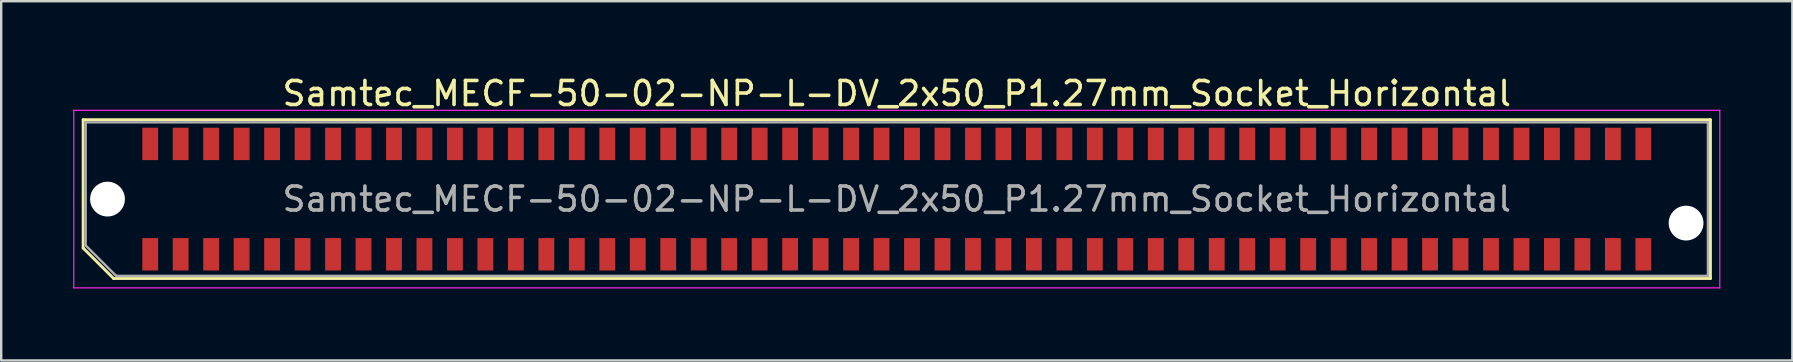
<source format=kicad_pcb>
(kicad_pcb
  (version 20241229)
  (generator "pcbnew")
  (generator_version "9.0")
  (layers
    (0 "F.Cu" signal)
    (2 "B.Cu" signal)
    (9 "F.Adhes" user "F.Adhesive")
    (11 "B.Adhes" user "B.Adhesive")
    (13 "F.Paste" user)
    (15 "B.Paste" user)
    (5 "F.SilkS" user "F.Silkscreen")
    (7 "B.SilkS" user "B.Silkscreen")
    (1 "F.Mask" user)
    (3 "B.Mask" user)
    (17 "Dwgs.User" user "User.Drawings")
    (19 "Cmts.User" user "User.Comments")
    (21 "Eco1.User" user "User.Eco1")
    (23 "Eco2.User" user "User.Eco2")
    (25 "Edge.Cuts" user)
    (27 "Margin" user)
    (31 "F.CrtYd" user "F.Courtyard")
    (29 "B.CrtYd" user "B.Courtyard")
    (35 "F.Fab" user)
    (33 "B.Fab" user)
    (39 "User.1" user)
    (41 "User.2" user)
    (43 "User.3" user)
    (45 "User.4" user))
  (footprint "Samtec_MECF-50-02-NP-L-DV_2x50_P1.27mm_Socket_Horizontal"
    (layer "F.Cu")
    (at 34.325 5.248)
    (property "Reference" "Samtec_MECF-50-02-NP-L-DV_2x50_P1.27mm_Socket_Horizontal" (at 0 -4.4 0) (layer "F.SilkS") (effects (font (size 1 1) (thickness 0.15))))
    (attr smd)
    (fp_line (start -33.91 -3.31) (end 33.91 -3.31) (stroke (width 0.12) (type solid)) (layer "F.SilkS"))
    (fp_line (start -33.91 2.04) (end -33.91 -3.31) (stroke (width 0.12) (type solid)) (layer "F.SilkS"))
    (fp_line (start -32.64 3.31) (end -33.91 2.04) (stroke (width 0.12) (type solid)) (layer "F.SilkS"))
    (fp_line (start -32.64 3.31) (end 33.91 3.31) (stroke (width 0.12) (type solid)) (layer "F.SilkS"))
    (fp_line (start 33.91 3.31) (end 33.91 -3.31) (stroke (width 0.12) (type solid)) (layer "F.SilkS"))
    (fp_line (start -34.3 -3.7) (end -34.3 3.7) (stroke (width 0.05) (type solid)) (layer "F.CrtYd"))
    (fp_line (start -34.3 3.7) (end 34.3 3.7) (stroke (width 0.05) (type solid)) (layer "F.CrtYd"))
    (fp_line (start 34.3 -3.7) (end -34.3 -3.7) (stroke (width 0.05) (type solid)) (layer "F.CrtYd"))
    (fp_line (start 34.3 3.7) (end 34.3 -3.7) (stroke (width 0.05) (type solid)) (layer "F.CrtYd"))
    (fp_line (start -33.805 -3.2) (end 33.805 -3.2) (stroke (width 0.1) (type solid)) (layer "F.Fab"))
    (fp_line (start -33.805 1.93) (end -33.805 -3.2) (stroke (width 0.1) (type solid)) (layer "F.Fab"))
    (fp_line (start -33.805 1.93) (end -32.535 3.2) (stroke (width 0.1) (type solid)) (layer "F.Fab"))
    (fp_line (start -32.535 3.2) (end 33.805 3.2) (stroke (width 0.1) (type solid)) (layer "F.Fab"))
    (fp_line (start 33.805 3.2) (end 33.805 -3.2) (stroke (width 0.1) (type solid)) (layer "F.Fab"))
    (fp_text user "${REFERENCE}" (at 0 0 0) (layer "F.Fab") (effects (font (size 1 1) (thickness 0.15))))
    (pad "" np_thru_hole circle (at -32.895 0) (size 1.45 1.45) (drill 1.45) (layers "*.Cu" "*.Mask"))
    (pad "" np_thru_hole circle (at 32.895 1) (size 1.45 1.45) (drill 1.45) (layers "*.Cu" "*.Mask"))
    (pad "1" smd rect (at -31.115 2.3) (size 0.66 1.35) (layers "F.Cu" "F.Mask" "F.Paste"))
    (pad "2" smd rect (at -31.115 -2.3) (size 0.66 1.35) (layers "F.Cu" "F.Mask" "F.Paste"))
    (pad "3" smd rect (at -29.845 2.3) (size 0.66 1.35) (layers "F.Cu" "F.Mask" "F.Paste"))
    (pad "4" smd rect (at -29.845 -2.3) (size 0.66 1.35) (layers "F.Cu" "F.Mask" "F.Paste"))
    (pad "5" smd rect (at -28.575 2.3) (size 0.66 1.35) (layers "F.Cu" "F.Mask" "F.Paste"))
    (pad "6" smd rect (at -28.575 -2.3) (size 0.66 1.35) (layers "F.Cu" "F.Mask" "F.Paste"))
    (pad "7" smd rect (at -27.305 2.3) (size 0.66 1.35) (layers "F.Cu" "F.Mask" "F.Paste"))
    (pad "8" smd rect (at -27.305 -2.3) (size 0.66 1.35) (layers "F.Cu" "F.Mask" "F.Paste"))
    (pad "9" smd rect (at -26.035 2.3) (size 0.66 1.35) (layers "F.Cu" "F.Mask" "F.Paste"))
    (pad "10" smd rect (at -26.035 -2.3) (size 0.66 1.35) (layers "F.Cu" "F.Mask" "F.Paste"))
    (pad "11" smd rect (at -24.765 2.3) (size 0.66 1.35) (layers "F.Cu" "F.Mask" "F.Paste"))
    (pad "12" smd rect (at -24.765 -2.3) (size 0.66 1.35) (layers "F.Cu" "F.Mask" "F.Paste"))
    (pad "13" smd rect (at -23.495 2.3) (size 0.66 1.35) (layers "F.Cu" "F.Mask" "F.Paste"))
    (pad "14" smd rect (at -23.495 -2.3) (size 0.66 1.35) (layers "F.Cu" "F.Mask" "F.Paste"))
    (pad "15" smd rect (at -22.225 2.3) (size 0.66 1.35) (layers "F.Cu" "F.Mask" "F.Paste"))
    (pad "16" smd rect (at -22.225 -2.3) (size 0.66 1.35) (layers "F.Cu" "F.Mask" "F.Paste"))
    (pad "17" smd rect (at -20.955 2.3) (size 0.66 1.35) (layers "F.Cu" "F.Mask" "F.Paste"))
    (pad "18" smd rect (at -20.955 -2.3) (size 0.66 1.35) (layers "F.Cu" "F.Mask" "F.Paste"))
    (pad "19" smd rect (at -19.685 2.3) (size 0.66 1.35) (layers "F.Cu" "F.Mask" "F.Paste"))
    (pad "20" smd rect (at -19.685 -2.3) (size 0.66 1.35) (layers "F.Cu" "F.Mask" "F.Paste"))
    (pad "21" smd rect (at -18.415 2.3) (size 0.66 1.35) (layers "F.Cu" "F.Mask" "F.Paste"))
    (pad "22" smd rect (at -18.415 -2.3) (size 0.66 1.35) (layers "F.Cu" "F.Mask" "F.Paste"))
    (pad "23" smd rect (at -17.145 2.3) (size 0.66 1.35) (layers "F.Cu" "F.Mask" "F.Paste"))
    (pad "24" smd rect (at -17.145 -2.3) (size 0.66 1.35) (layers "F.Cu" "F.Mask" "F.Paste"))
    (pad "25" smd rect (at -15.875 2.3) (size 0.66 1.35) (layers "F.Cu" "F.Mask" "F.Paste"))
    (pad "26" smd rect (at -15.875 -2.3) (size 0.66 1.35) (layers "F.Cu" "F.Mask" "F.Paste"))
    (pad "27" smd rect (at -14.605 2.3) (size 0.66 1.35) (layers "F.Cu" "F.Mask" "F.Paste"))
    (pad "28" smd rect (at -14.605 -2.3) (size 0.66 1.35) (layers "F.Cu" "F.Mask" "F.Paste"))
    (pad "29" smd rect (at -13.335 2.3) (size 0.66 1.35) (layers "F.Cu" "F.Mask" "F.Paste"))
    (pad "30" smd rect (at -13.335 -2.3) (size 0.66 1.35) (layers "F.Cu" "F.Mask" "F.Paste"))
    (pad "31" smd rect (at -12.065 2.3) (size 0.66 1.35) (layers "F.Cu" "F.Mask" "F.Paste"))
    (pad "32" smd rect (at -12.065 -2.3) (size 0.66 1.35) (layers "F.Cu" "F.Mask" "F.Paste"))
    (pad "33" smd rect (at -10.795 2.3) (size 0.66 1.35) (layers "F.Cu" "F.Mask" "F.Paste"))
    (pad "34" smd rect (at -10.795 -2.3) (size 0.66 1.35) (layers "F.Cu" "F.Mask" "F.Paste"))
    (pad "35" smd rect (at -9.525 2.3) (size 0.66 1.35) (layers "F.Cu" "F.Mask" "F.Paste"))
    (pad "36" smd rect (at -9.525 -2.3) (size 0.66 1.35) (layers "F.Cu" "F.Mask" "F.Paste"))
    (pad "37" smd rect (at -8.255 2.3) (size 0.66 1.35) (layers "F.Cu" "F.Mask" "F.Paste"))
    (pad "38" smd rect (at -8.255 -2.3) (size 0.66 1.35) (layers "F.Cu" "F.Mask" "F.Paste"))
    (pad "39" smd rect (at -6.985 2.3) (size 0.66 1.35) (layers "F.Cu" "F.Mask" "F.Paste"))
    (pad "40" smd rect (at -6.985 -2.3) (size 0.66 1.35) (layers "F.Cu" "F.Mask" "F.Paste"))
    (pad "41" smd rect (at -5.715 2.3) (size 0.66 1.35) (layers "F.Cu" "F.Mask" "F.Paste"))
    (pad "42" smd rect (at -5.715 -2.3) (size 0.66 1.35) (layers "F.Cu" "F.Mask" "F.Paste"))
    (pad "43" smd rect (at -4.445 2.3) (size 0.66 1.35) (layers "F.Cu" "F.Mask" "F.Paste"))
    (pad "44" smd rect (at -4.445 -2.3) (size 0.66 1.35) (layers "F.Cu" "F.Mask" "F.Paste"))
    (pad "45" smd rect (at -3.175 2.3) (size 0.66 1.35) (layers "F.Cu" "F.Mask" "F.Paste"))
    (pad "46" smd rect (at -3.175 -2.3) (size 0.66 1.35) (layers "F.Cu" "F.Mask" "F.Paste"))
    (pad "47" smd rect (at -1.905 2.3) (size 0.66 1.35) (layers "F.Cu" "F.Mask" "F.Paste"))
    (pad "48" smd rect (at -1.905 -2.3) (size 0.66 1.35) (layers "F.Cu" "F.Mask" "F.Paste"))
    (pad "49" smd rect (at -0.635 2.3) (size 0.66 1.35) (layers "F.Cu" "F.Mask" "F.Paste"))
    (pad "50" smd rect (at -0.635 -2.3) (size 0.66 1.35) (layers "F.Cu" "F.Mask" "F.Paste"))
    (pad "51" smd rect (at 0.635 2.3) (size 0.66 1.35) (layers "F.Cu" "F.Mask" "F.Paste"))
    (pad "52" smd rect (at 0.635 -2.3) (size 0.66 1.35) (layers "F.Cu" "F.Mask" "F.Paste"))
    (pad "53" smd rect (at 1.905 2.3) (size 0.66 1.35) (layers "F.Cu" "F.Mask" "F.Paste"))
    (pad "54" smd rect (at 1.905 -2.3) (size 0.66 1.35) (layers "F.Cu" "F.Mask" "F.Paste"))
    (pad "55" smd rect (at 3.175 2.3) (size 0.66 1.35) (layers "F.Cu" "F.Mask" "F.Paste"))
    (pad "56" smd rect (at 3.175 -2.3) (size 0.66 1.35) (layers "F.Cu" "F.Mask" "F.Paste"))
    (pad "57" smd rect (at 4.445 2.3) (size 0.66 1.35) (layers "F.Cu" "F.Mask" "F.Paste"))
    (pad "58" smd rect (at 4.445 -2.3) (size 0.66 1.35) (layers "F.Cu" "F.Mask" "F.Paste"))
    (pad "59" smd rect (at 5.715 2.3) (size 0.66 1.35) (layers "F.Cu" "F.Mask" "F.Paste"))
    (pad "60" smd rect (at 5.715 -2.3) (size 0.66 1.35) (layers "F.Cu" "F.Mask" "F.Paste"))
    (pad "61" smd rect (at 6.985 2.3) (size 0.66 1.35) (layers "F.Cu" "F.Mask" "F.Paste"))
    (pad "62" smd rect (at 6.985 -2.3) (size 0.66 1.35) (layers "F.Cu" "F.Mask" "F.Paste"))
    (pad "63" smd rect (at 8.255 2.3) (size 0.66 1.35) (layers "F.Cu" "F.Mask" "F.Paste"))
    (pad "64" smd rect (at 8.255 -2.3) (size 0.66 1.35) (layers "F.Cu" "F.Mask" "F.Paste"))
    (pad "65" smd rect (at 9.525 2.3) (size 0.66 1.35) (layers "F.Cu" "F.Mask" "F.Paste"))
    (pad "66" smd rect (at 9.525 -2.3) (size 0.66 1.35) (layers "F.Cu" "F.Mask" "F.Paste"))
    (pad "67" smd rect (at 10.795 2.3) (size 0.66 1.35) (layers "F.Cu" "F.Mask" "F.Paste"))
    (pad "68" smd rect (at 10.795 -2.3) (size 0.66 1.35) (layers "F.Cu" "F.Mask" "F.Paste"))
    (pad "69" smd rect (at 12.065 2.3) (size 0.66 1.35) (layers "F.Cu" "F.Mask" "F.Paste"))
    (pad "70" smd rect (at 12.065 -2.3) (size 0.66 1.35) (layers "F.Cu" "F.Mask" "F.Paste"))
    (pad "71" smd rect (at 13.335 2.3) (size 0.66 1.35) (layers "F.Cu" "F.Mask" "F.Paste"))
    (pad "72" smd rect (at 13.335 -2.3) (size 0.66 1.35) (layers "F.Cu" "F.Mask" "F.Paste"))
    (pad "73" smd rect (at 14.605 2.3) (size 0.66 1.35) (layers "F.Cu" "F.Mask" "F.Paste"))
    (pad "74" smd rect (at 14.605 -2.3) (size 0.66 1.35) (layers "F.Cu" "F.Mask" "F.Paste"))
    (pad "75" smd rect (at 15.875 2.3) (size 0.66 1.35) (layers "F.Cu" "F.Mask" "F.Paste"))
    (pad "76" smd rect (at 15.875 -2.3) (size 0.66 1.35) (layers "F.Cu" "F.Mask" "F.Paste"))
    (pad "77" smd rect (at 17.145 2.3) (size 0.66 1.35) (layers "F.Cu" "F.Mask" "F.Paste"))
    (pad "78" smd rect (at 17.145 -2.3) (size 0.66 1.35) (layers "F.Cu" "F.Mask" "F.Paste"))
    (pad "79" smd rect (at 18.415 2.3) (size 0.66 1.35) (layers "F.Cu" "F.Mask" "F.Paste"))
    (pad "80" smd rect (at 18.415 -2.3) (size 0.66 1.35) (layers "F.Cu" "F.Mask" "F.Paste"))
    (pad "81" smd rect (at 19.685 2.3) (size 0.66 1.35) (layers "F.Cu" "F.Mask" "F.Paste"))
    (pad "82" smd rect (at 19.685 -2.3) (size 0.66 1.35) (layers "F.Cu" "F.Mask" "F.Paste"))
    (pad "83" smd rect (at 20.955 2.3) (size 0.66 1.35) (layers "F.Cu" "F.Mask" "F.Paste"))
    (pad "84" smd rect (at 20.955 -2.3) (size 0.66 1.35) (layers "F.Cu" "F.Mask" "F.Paste"))
    (pad "85" smd rect (at 22.225 2.3) (size 0.66 1.35) (layers "F.Cu" "F.Mask" "F.Paste"))
    (pad "86" smd rect (at 22.225 -2.3) (size 0.66 1.35) (layers "F.Cu" "F.Mask" "F.Paste"))
    (pad "87" smd rect (at 23.495 2.3) (size 0.66 1.35) (layers "F.Cu" "F.Mask" "F.Paste"))
    (pad "88" smd rect (at 23.495 -2.3) (size 0.66 1.35) (layers "F.Cu" "F.Mask" "F.Paste"))
    (pad "89" smd rect (at 24.765 2.3) (size 0.66 1.35) (layers "F.Cu" "F.Mask" "F.Paste"))
    (pad "90" smd rect (at 24.765 -2.3) (size 0.66 1.35) (layers "F.Cu" "F.Mask" "F.Paste"))
    (pad "91" smd rect (at 26.035 2.3) (size 0.66 1.35) (layers "F.Cu" "F.Mask" "F.Paste"))
    (pad "92" smd rect (at 26.035 -2.3) (size 0.66 1.35) (layers "F.Cu" "F.Mask" "F.Paste"))
    (pad "93" smd rect (at 27.305 2.3) (size 0.66 1.35) (layers "F.Cu" "F.Mask" "F.Paste"))
    (pad "94" smd rect (at 27.305 -2.3) (size 0.66 1.35) (layers "F.Cu" "F.Mask" "F.Paste"))
    (pad "95" smd rect (at 28.575 2.3) (size 0.66 1.35) (layers "F.Cu" "F.Mask" "F.Paste"))
    (pad "96" smd rect (at 28.575 -2.3) (size 0.66 1.35) (layers "F.Cu" "F.Mask" "F.Paste"))
    (pad "97" smd rect (at 29.845 2.3) (size 0.66 1.35) (layers "F.Cu" "F.Mask" "F.Paste"))
    (pad "98" smd rect (at 29.845 -2.3) (size 0.66 1.35) (layers "F.Cu" "F.Mask" "F.Paste"))
    (pad "99" smd rect (at 31.115 2.3) (size 0.66 1.35) (layers "F.Cu" "F.Mask" "F.Paste"))
    (pad "100" smd rect (at 31.115 -2.3) (size 0.66 1.35) (layers "F.Cu" "F.Mask" "F.Paste")))
  (gr_rect
    (start -3 -3)
    (end 71.65 11.973)
    (stroke (width 0.1) (type default))
    (fill no)
    (layer "Edge.Cuts")))
</source>
